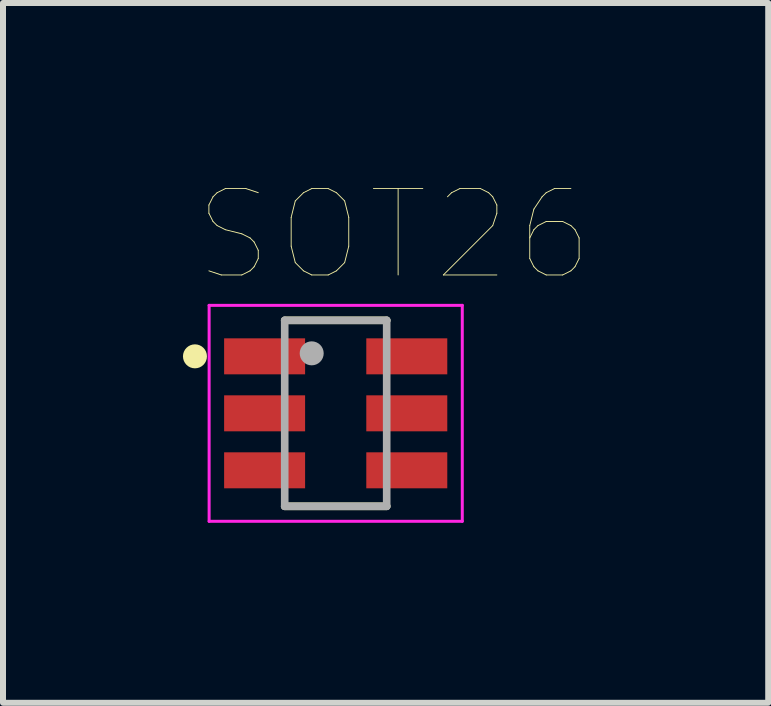
<source format=kicad_pcb>
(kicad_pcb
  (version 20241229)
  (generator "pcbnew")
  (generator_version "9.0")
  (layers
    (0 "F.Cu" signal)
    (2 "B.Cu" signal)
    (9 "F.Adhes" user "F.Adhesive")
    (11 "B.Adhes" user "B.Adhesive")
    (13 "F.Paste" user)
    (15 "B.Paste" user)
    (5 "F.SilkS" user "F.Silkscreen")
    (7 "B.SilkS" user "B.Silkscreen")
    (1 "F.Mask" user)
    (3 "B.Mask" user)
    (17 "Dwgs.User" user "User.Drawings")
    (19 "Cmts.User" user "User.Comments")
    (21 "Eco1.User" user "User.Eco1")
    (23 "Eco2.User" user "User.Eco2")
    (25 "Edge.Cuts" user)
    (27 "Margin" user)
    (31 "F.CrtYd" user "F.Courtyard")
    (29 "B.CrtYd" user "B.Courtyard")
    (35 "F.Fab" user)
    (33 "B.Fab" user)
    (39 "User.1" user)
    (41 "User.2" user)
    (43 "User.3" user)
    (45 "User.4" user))
  (footprint "SOT26"
    (layer "F.Cu")
    (at 2.546 3.84)
    (property "Reference" "SOT26" (at 0.972 -2.972 0) (layer "F.SilkS") (effects (font (size 1.44 1.44) (thickness 0.015))))
    (attr through_hole)
    (fp_line (start -0.85 -1.55) (end 0.85 -1.55) (stroke (width 0.127) (type solid)) (layer "F.SilkS"))
    (fp_line (start -0.85 1.55) (end 0.85 1.55) (stroke (width 0.127) (type solid)) (layer "F.SilkS"))
    (fp_circle (center -2.346 -0.95) (end -2.246 -0.95) (stroke (width 0.2) (type solid)) (fill no) (layer "F.SilkS"))
    (fp_line (start -2.11 -1.8) (end 2.11 -1.8) (stroke (width 0.05) (type solid)) (layer "F.CrtYd"))
    (fp_line (start -2.11 1.8) (end -2.11 -1.8) (stroke (width 0.05) (type solid)) (layer "F.CrtYd"))
    (fp_line (start 2.11 -1.8) (end 2.11 1.8) (stroke (width 0.05) (type solid)) (layer "F.CrtYd"))
    (fp_line (start 2.11 1.8) (end -2.11 1.8) (stroke (width 0.05) (type solid)) (layer "F.CrtYd"))
    (fp_line (start -0.85 -1.55) (end 0.85 -1.55) (stroke (width 0.127) (type solid)) (layer "F.Fab"))
    (fp_line (start -0.85 1.55) (end -0.85 -1.55) (stroke (width 0.127) (type solid)) (layer "F.Fab"))
    (fp_line (start 0.85 -1.55) (end 0.85 1.55) (stroke (width 0.127) (type solid)) (layer "F.Fab"))
    (fp_line (start 0.85 1.55) (end -0.85 1.55) (stroke (width 0.127) (type solid)) (layer "F.Fab"))
    (fp_circle (center -0.4 -1) (end -0.3 -1) (stroke (width 0.2) (type solid)) (fill no) (layer "F.Fab"))
    (pad "1" smd rect (at -1.185 -0.95) (size 1.35 0.6) (layers "F.Cu" "F.Mask" "F.Paste"))
    (pad "2" smd rect (at -1.185 0) (size 1.35 0.6) (layers "F.Cu" "F.Mask" "F.Paste"))
    (pad "3" smd rect (at -1.185 0.95) (size 1.35 0.6) (layers "F.Cu" "F.Mask" "F.Paste"))
    (pad "4" smd rect (at 1.185 0.95) (size 1.35 0.6) (layers "F.Cu" "F.Mask" "F.Paste"))
    (pad "5" smd rect (at 1.185 0) (size 1.35 0.6) (layers "F.Cu" "F.Mask" "F.Paste"))
    (pad "6" smd rect (at 1.185 -0.95) (size 1.35 0.6) (layers "F.Cu" "F.Mask" "F.Paste")))
  (gr_rect
    (start -3 -3)
    (end 9.756 8.665)
    (stroke (width 0.1) (type default))
    (fill no)
    (layer "Edge.Cuts")))
</source>
